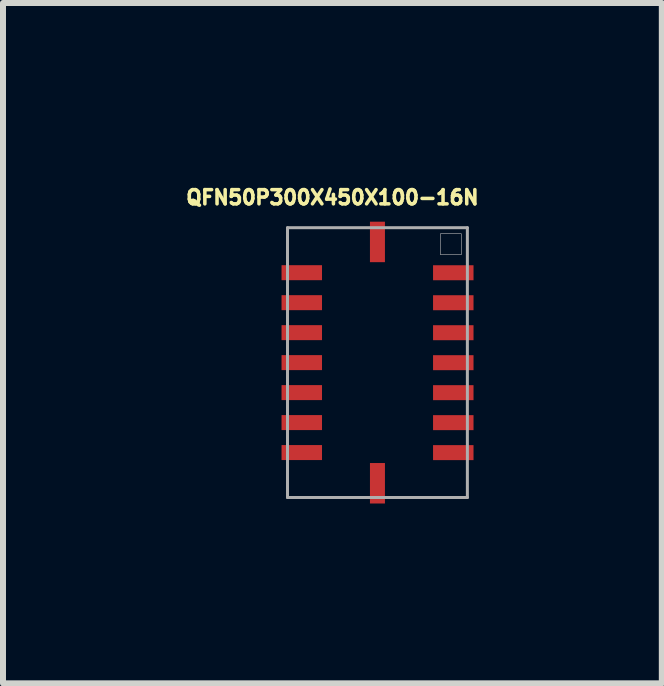
<source format=kicad_pcb>
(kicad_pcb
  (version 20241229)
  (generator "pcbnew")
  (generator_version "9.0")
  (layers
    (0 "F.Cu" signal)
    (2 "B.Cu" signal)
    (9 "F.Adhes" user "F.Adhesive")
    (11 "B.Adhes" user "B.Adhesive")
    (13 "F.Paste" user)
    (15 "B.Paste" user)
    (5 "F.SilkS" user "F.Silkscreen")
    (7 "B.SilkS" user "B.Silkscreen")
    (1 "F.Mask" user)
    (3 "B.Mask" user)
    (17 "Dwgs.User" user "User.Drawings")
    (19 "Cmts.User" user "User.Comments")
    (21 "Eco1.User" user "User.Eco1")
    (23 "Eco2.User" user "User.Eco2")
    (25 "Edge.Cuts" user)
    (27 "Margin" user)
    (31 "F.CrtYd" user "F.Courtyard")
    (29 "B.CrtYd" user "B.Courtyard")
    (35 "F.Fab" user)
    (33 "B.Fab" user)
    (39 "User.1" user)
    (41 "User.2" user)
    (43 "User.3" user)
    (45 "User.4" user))
  (footprint "QFN50P300X450X100-16N"
    (layer "F.Cu")
    (at 3.245 2.998)
    (property "Reference" "QFN50P300X450X100-16N" (at -0.751 -2.755 0) (layer "F.SilkS") (effects (font (size 0.237 0.237) (thickness 0.15))))
    (attr through_hole)
    (fp_line (start -1.5 -2.25) (end -1.5 2.25) (stroke (width 0.05) (type solid)) (layer "F.Fab"))
    (fp_line (start -1.5 2.25) (end 1.5 2.25) (stroke (width 0.05) (type solid)) (layer "F.Fab"))
    (fp_line (start 1.5 -2.25) (end -1.5 -2.25) (stroke (width 0.05) (type solid)) (layer "F.Fab"))
    (fp_line (start 1.5 2.25) (end 1.5 -2.25) (stroke (width 0.05) (type solid)) (layer "F.Fab"))
    (fp_poly (pts (xy 1.05 -2.15) (xy 1.4 -2.15) (xy 1.4 -1.801) (xy 1.05 -1.801)) (stroke (width 0.01) (type solid)) (fill no) (layer "F.Fab"))
    (pad "1" smd rect (at 1.265 -1.499) (size 0.675 0.25) (layers "F.Cu" "F.Mask" "F.Paste"))
    (pad "2" smd rect (at 1.265 -0.999) (size 0.675 0.25) (layers "F.Cu" "F.Mask" "F.Paste"))
    (pad "3" smd rect (at 1.265 -0.499) (size 0.675 0.25) (layers "F.Cu" "F.Mask" "F.Paste"))
    (pad "4" smd rect (at 1.265 0.001) (size 0.675 0.25) (layers "F.Cu" "F.Mask" "F.Paste"))
    (pad "5" smd rect (at 1.265 0.501) (size 0.675 0.25) (layers "F.Cu" "F.Mask" "F.Paste"))
    (pad "6" smd rect (at 1.265 1.001) (size 0.675 0.25) (layers "F.Cu" "F.Mask" "F.Paste"))
    (pad "7" smd rect (at 1.265 1.501) (size 0.675 0.25) (layers "F.Cu" "F.Mask" "F.Paste"))
    (pad "8" smd rect (at 0.000228 2.012 90) (size 0.675 0.25) (layers "F.Cu" "F.Mask" "F.Paste"))
    (pad "9" smd rect (at -1.262 1.5 180) (size 0.675 0.25) (layers "F.Cu" "F.Mask" "F.Paste"))
    (pad "10" smd rect (at -1.262 1 180) (size 0.675 0.25) (layers "F.Cu" "F.Mask" "F.Paste"))
    (pad "11" smd rect (at -1.262 0.5 180) (size 0.675 0.25) (layers "F.Cu" "F.Mask" "F.Paste"))
    (pad "12" smd rect (at -1.262 -0.000159 180) (size 0.675 0.25) (layers "F.Cu" "F.Mask" "F.Paste"))
    (pad "13" smd rect (at -1.262 -0.5 180) (size 0.675 0.25) (layers "F.Cu" "F.Mask" "F.Paste"))
    (pad "14" smd rect (at -1.262 -1 180) (size 0.675 0.25) (layers "F.Cu" "F.Mask" "F.Paste"))
    (pad "15" smd rect (at -1.262 -1.5 180) (size 0.675 0.25) (layers "F.Cu" "F.Mask" "F.Paste"))
    (pad "16" smd rect (at 0.000128 -2.013 90) (size 0.675 0.25) (layers "F.Cu" "F.Mask" "F.Paste")))
  (gr_rect
    (start -3 -3)
    (end 7.988 8.347)
    (stroke (width 0.1) (type default))
    (fill no)
    (layer "Edge.Cuts")))
</source>
